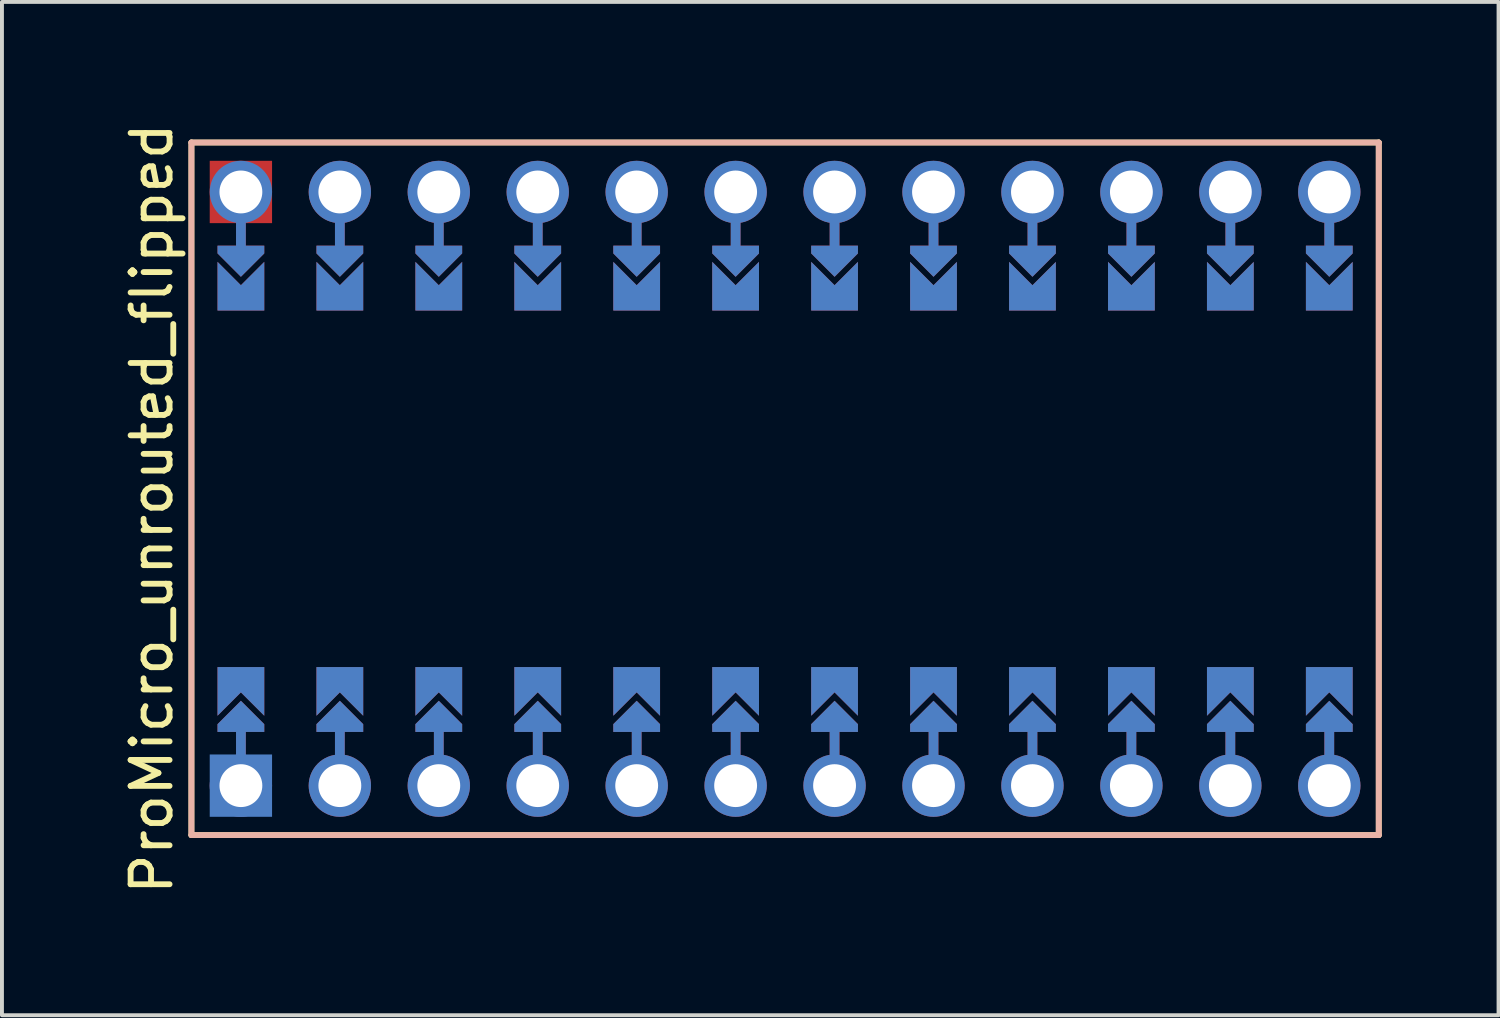
<source format=kicad_pcb>
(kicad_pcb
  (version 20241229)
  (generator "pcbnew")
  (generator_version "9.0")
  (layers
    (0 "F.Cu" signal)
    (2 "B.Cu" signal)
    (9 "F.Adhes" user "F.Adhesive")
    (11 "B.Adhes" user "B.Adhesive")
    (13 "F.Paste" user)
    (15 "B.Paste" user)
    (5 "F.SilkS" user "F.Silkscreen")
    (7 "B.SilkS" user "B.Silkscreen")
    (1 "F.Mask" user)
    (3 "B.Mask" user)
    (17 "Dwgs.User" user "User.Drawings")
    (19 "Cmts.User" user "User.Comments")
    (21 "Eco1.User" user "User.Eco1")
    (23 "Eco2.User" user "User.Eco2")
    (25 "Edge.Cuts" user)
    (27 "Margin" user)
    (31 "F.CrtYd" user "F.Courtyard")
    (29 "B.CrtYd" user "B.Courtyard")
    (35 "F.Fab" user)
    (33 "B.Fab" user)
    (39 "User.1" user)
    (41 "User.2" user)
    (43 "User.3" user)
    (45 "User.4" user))
  (footprint "ProMicro_unrouted_flipped"
    (layer "F.Cu")
    (at 17.104 9.498)
    (property "Reference" "ProMicro_unrouted_flipped" (at -16.256 0.508 90) (layer "F.SilkS") (effects (font (size 1 1) (thickness 0.15))))
    (attr through_hole)
    (fp_poly (pts (xy -14.478 -5.08) (xy -13.462 -5.08) (xy -13.462 -6.096) (xy -14.478 -6.096)) (stroke (width 0.2) (type solid)) (fill yes) (layer "F.Mask"))
    (fp_poly (pts (xy -13.462 5.08) (xy -14.478 5.08) (xy -14.478 6.096) (xy -13.462 6.096)) (stroke (width 0.2) (type solid)) (fill yes) (layer "F.Mask"))
    (fp_poly (pts (xy -11.938 -5.08) (xy -10.922 -5.08) (xy -10.922 -6.096) (xy -11.938 -6.096)) (stroke (width 0.2) (type solid)) (fill yes) (layer "F.Mask"))
    (fp_poly (pts (xy -10.922 5.08) (xy -11.938 5.08) (xy -11.938 6.096) (xy -10.922 6.096)) (stroke (width 0.2) (type solid)) (fill yes) (layer "F.Mask"))
    (fp_poly (pts (xy -9.398 -5.08) (xy -8.382 -5.08) (xy -8.382 -6.096) (xy -9.398 -6.096)) (stroke (width 0.2) (type solid)) (fill yes) (layer "F.Mask"))
    (fp_poly (pts (xy -8.382 5.08) (xy -9.398 5.08) (xy -9.398 6.096) (xy -8.382 6.096)) (stroke (width 0.2) (type solid)) (fill yes) (layer "F.Mask"))
    (fp_poly (pts (xy -6.858 -5.08) (xy -5.842 -5.08) (xy -5.842 -6.096) (xy -6.858 -6.096)) (stroke (width 0.2) (type solid)) (fill yes) (layer "F.Mask"))
    (fp_poly (pts (xy -5.842 5.08) (xy -6.858 5.08) (xy -6.858 6.096) (xy -5.842 6.096)) (stroke (width 0.2) (type solid)) (fill yes) (layer "F.Mask"))
    (fp_poly (pts (xy -4.318 -5.08) (xy -3.302 -5.08) (xy -3.302 -6.096) (xy -4.318 -6.096)) (stroke (width 0.2) (type solid)) (fill yes) (layer "F.Mask"))
    (fp_poly (pts (xy -3.302 5.08) (xy -4.318 5.08) (xy -4.318 6.096) (xy -3.302 6.096)) (stroke (width 0.2) (type solid)) (fill yes) (layer "F.Mask"))
    (fp_poly (pts (xy -1.778 -5.08) (xy -0.762 -5.08) (xy -0.762 -6.096) (xy -1.778 -6.096)) (stroke (width 0.2) (type solid)) (fill yes) (layer "F.Mask"))
    (fp_poly (pts (xy -0.762 5.08) (xy -1.778 5.08) (xy -1.778 6.096) (xy -0.762 6.096)) (stroke (width 0.2) (type solid)) (fill yes) (layer "F.Mask"))
    (fp_poly (pts (xy 0.762 -5.08) (xy 1.778 -5.08) (xy 1.778 -6.096) (xy 0.762 -6.096)) (stroke (width 0.2) (type solid)) (fill yes) (layer "F.Mask"))
    (fp_poly (pts (xy 1.778 5.08) (xy 0.762 5.08) (xy 0.762 6.096) (xy 1.778 6.096)) (stroke (width 0.2) (type solid)) (fill yes) (layer "F.Mask"))
    (fp_poly (pts (xy 3.302 -5.08) (xy 4.318 -5.08) (xy 4.318 -6.096) (xy 3.302 -6.096)) (stroke (width 0.2) (type solid)) (fill yes) (layer "F.Mask"))
    (fp_poly (pts (xy 4.318 5.08) (xy 3.302 5.08) (xy 3.302 6.096) (xy 4.318 6.096)) (stroke (width 0.2) (type solid)) (fill yes) (layer "F.Mask"))
    (fp_poly (pts (xy 5.842 -5.08) (xy 6.858 -5.08) (xy 6.858 -6.096) (xy 5.842 -6.096)) (stroke (width 0.2) (type solid)) (fill yes) (layer "F.Mask"))
    (fp_poly (pts (xy 6.858 5.08) (xy 5.842 5.08) (xy 5.842 6.096) (xy 6.858 6.096)) (stroke (width 0.2) (type solid)) (fill yes) (layer "F.Mask"))
    (fp_poly (pts (xy 8.382 -5.08) (xy 9.398 -5.08) (xy 9.398 -6.096) (xy 8.382 -6.096)) (stroke (width 0.2) (type solid)) (fill yes) (layer "F.Mask"))
    (fp_poly (pts (xy 9.398 5.08) (xy 8.382 5.08) (xy 8.382 6.096) (xy 9.398 6.096)) (stroke (width 0.2) (type solid)) (fill yes) (layer "F.Mask"))
    (fp_poly (pts (xy 10.922 -5.08) (xy 11.938 -5.08) (xy 11.938 -6.096) (xy 10.922 -6.096)) (stroke (width 0.2) (type solid)) (fill yes) (layer "F.Mask"))
    (fp_poly (pts (xy 11.938 5.08) (xy 10.922 5.08) (xy 10.922 6.096) (xy 11.938 6.096)) (stroke (width 0.2) (type solid)) (fill yes) (layer "F.Mask"))
    (fp_poly (pts (xy 13.462 -5.08) (xy 14.478 -5.08) (xy 14.478 -6.096) (xy 13.462 -6.096)) (stroke (width 0.2) (type solid)) (fill yes) (layer "F.Mask"))
    (fp_poly (pts (xy 14.478 5.08) (xy 13.462 5.08) (xy 13.462 6.096) (xy 14.478 6.096)) (stroke (width 0.2) (type solid)) (fill yes) (layer "F.Mask"))
    (fp_poly (pts (xy -14.478 -5.08) (xy -13.462 -5.08) (xy -13.462 -6.096) (xy -14.478 -6.096)) (stroke (width 0.2) (type solid)) (fill yes) (layer "B.Mask"))
    (fp_poly (pts (xy -13.462 5.08) (xy -14.478 5.08) (xy -14.478 6.096) (xy -13.462 6.096)) (stroke (width 0.2) (type solid)) (fill yes) (layer "B.Mask"))
    (fp_poly (pts (xy -11.938 -5.08) (xy -10.922 -5.08) (xy -10.922 -6.096) (xy -11.938 -6.096)) (stroke (width 0.2) (type solid)) (fill yes) (layer "B.Mask"))
    (fp_poly (pts (xy -10.922 5.08) (xy -11.938 5.08) (xy -11.938 6.096) (xy -10.922 6.096)) (stroke (width 0.2) (type solid)) (fill yes) (layer "B.Mask"))
    (fp_poly (pts (xy -9.398 -5.08) (xy -8.382 -5.08) (xy -8.382 -6.096) (xy -9.398 -6.096)) (stroke (width 0.2) (type solid)) (fill yes) (layer "B.Mask"))
    (fp_poly (pts (xy -8.382 5.08) (xy -9.398 5.08) (xy -9.398 6.096) (xy -8.382 6.096)) (stroke (width 0.2) (type solid)) (fill yes) (layer "B.Mask"))
    (fp_poly (pts (xy -6.858 -5.08) (xy -5.842 -5.08) (xy -5.842 -6.096) (xy -6.858 -6.096)) (stroke (width 0.2) (type solid)) (fill yes) (layer "B.Mask"))
    (fp_poly (pts (xy -5.842 5.08) (xy -6.858 5.08) (xy -6.858 6.096) (xy -5.842 6.096)) (stroke (width 0.2) (type solid)) (fill yes) (layer "B.Mask"))
    (fp_poly (pts (xy -4.318 -5.08) (xy -3.302 -5.08) (xy -3.302 -6.096) (xy -4.318 -6.096)) (stroke (width 0.2) (type solid)) (fill yes) (layer "B.Mask"))
    (fp_poly (pts (xy -3.302 5.08) (xy -4.318 5.08) (xy -4.318 6.096) (xy -3.302 6.096)) (stroke (width 0.2) (type solid)) (fill yes) (layer "B.Mask"))
    (fp_poly (pts (xy -1.778 -5.08) (xy -0.762 -5.08) (xy -0.762 -6.096) (xy -1.778 -6.096)) (stroke (width 0.2) (type solid)) (fill yes) (layer "B.Mask"))
    (fp_poly (pts (xy -0.762 5.08) (xy -1.778 5.08) (xy -1.778 6.096) (xy -0.762 6.096)) (stroke (width 0.2) (type solid)) (fill yes) (layer "B.Mask"))
    (fp_poly (pts (xy 0.762 -5.08) (xy 1.778 -5.08) (xy 1.778 -6.096) (xy 0.762 -6.096)) (stroke (width 0.2) (type solid)) (fill yes) (layer "B.Mask"))
    (fp_poly (pts (xy 1.778 5.08) (xy 0.762 5.08) (xy 0.762 6.096) (xy 1.778 6.096)) (stroke (width 0.2) (type solid)) (fill yes) (layer "B.Mask"))
    (fp_poly (pts (xy 3.302 -5.08) (xy 4.318 -5.08) (xy 4.318 -6.096) (xy 3.302 -6.096)) (stroke (width 0.2) (type solid)) (fill yes) (layer "B.Mask"))
    (fp_poly (pts (xy 4.318 5.08) (xy 3.302 5.08) (xy 3.302 6.096) (xy 4.318 6.096)) (stroke (width 0.2) (type solid)) (fill yes) (layer "B.Mask"))
    (fp_poly (pts (xy 5.842 -5.08) (xy 6.858 -5.08) (xy 6.858 -6.096) (xy 5.842 -6.096)) (stroke (width 0.2) (type solid)) (fill yes) (layer "B.Mask"))
    (fp_poly (pts (xy 6.858 5.08) (xy 5.842 5.08) (xy 5.842 6.096) (xy 6.858 6.096)) (stroke (width 0.2) (type solid)) (fill yes) (layer "B.Mask"))
    (fp_poly (pts (xy 8.382 -5.08) (xy 9.398 -5.08) (xy 9.398 -6.096) (xy 8.382 -6.096)) (stroke (width 0.2) (type solid)) (fill yes) (layer "B.Mask"))
    (fp_poly (pts (xy 9.398 5.08) (xy 8.382 5.08) (xy 8.382 6.096) (xy 9.398 6.096)) (stroke (width 0.2) (type solid)) (fill yes) (layer "B.Mask"))
    (fp_poly (pts (xy 10.922 -5.08) (xy 11.938 -5.08) (xy 11.938 -6.096) (xy 10.922 -6.096)) (stroke (width 0.2) (type solid)) (fill yes) (layer "B.Mask"))
    (fp_poly (pts (xy 11.938 5.08) (xy 10.922 5.08) (xy 10.922 6.096) (xy 11.938 6.096)) (stroke (width 0.2) (type solid)) (fill yes) (layer "B.Mask"))
    (fp_poly (pts (xy 13.462 -5.08) (xy 14.478 -5.08) (xy 14.478 -6.096) (xy 13.462 -6.096)) (stroke (width 0.2) (type solid)) (fill yes) (layer "B.Mask"))
    (fp_poly (pts (xy 14.478 5.08) (xy 13.462 5.08) (xy 13.462 6.096) (xy 14.478 6.096)) (stroke (width 0.2) (type solid)) (fill yes) (layer "B.Mask"))
    (fp_line (start -15.24 -8.89) (end -15.24 8.89) (stroke (width 0.15) (type solid)) (layer "F.SilkS"))
    (fp_line (start -15.24 -8.89) (end 15.24 -8.89) (stroke (width 0.15) (type solid)) (layer "F.SilkS"))
    (fp_line (start -15.24 8.89) (end 15.24 8.89) (stroke (width 0.15) (type solid)) (layer "F.SilkS"))
    (fp_line (start 15.24 8.89) (end 15.24 -8.89) (stroke (width 0.15) (type solid)) (layer "F.SilkS"))
    (fp_line (start -15.24 -8.89) (end -15.24 8.89) (stroke (width 0.15) (type solid)) (layer "B.SilkS"))
    (fp_line (start -15.24 -8.89) (end 15.24 -8.89) (stroke (width 0.15) (type solid)) (layer "B.SilkS"))
    (fp_line (start -15.24 8.89) (end 15.24 8.89) (stroke (width 0.15) (type solid)) (layer "B.SilkS"))
    (fp_line (start 15.24 8.89) (end 15.24 -8.89) (stroke (width 0.15) (type solid)) (layer "B.SilkS"))
    (pad "" thru_hole circle (at -13.97 -7.62) (size 1.6 1.6) (drill 1.1) (layers "*.Cu" "*.Paste" "*.Mask"))
    (pad "" smd rect (at -13.97 -7.62 90) (size 1.6 1.6) (layers "F.Cu" "F.Mask" "F.Paste"))
    (pad "" smd custom (at -13.97 -6.35 180) (size 0.25 1) (layers "F.Cu") (options (anchor rect)) (primitives))
    (pad "" smd custom (at -13.97 -6.35 180) (size 0.25 1) (layers "B.Cu") (options (anchor rect)) (primitives))
    (pad "" smd custom (at -13.97 -5.842 180) (size 0.1 0.1) (layers "F.Cu" "F.Mask") (options (anchor rect)) (primitives (gr_poly (pts (xy 0.6 0.4) (xy -0.6 0.4) (xy -0.6 0.2) (xy 0 -0.4) (xy 0.6 0.2)) (width 0) (fill yes))))
    (pad "" smd custom (at -13.97 -5.842 180) (size 0.1 0.1) (layers "B.Cu" "B.Mask") (options (anchor rect)) (primitives (gr_poly (pts (xy 0.6 0.4) (xy -0.6 0.4) (xy -0.6 0.2) (xy 0 -0.4) (xy 0.6 0.2)) (width 0) (fill yes))))
    (pad "" smd custom (at -13.97 5.842) (size 0.1 0.1) (layers "F.Cu" "F.Mask") (options (anchor rect)) (primitives (gr_poly (pts (xy 0.6 0.4) (xy -0.6 0.4) (xy -0.6 0.2) (xy 0 -0.4) (xy 0.6 0.2)) (width 0) (fill yes))))
    (pad "" smd custom (at -13.97 5.842) (size 0.1 0.1) (layers "B.Cu" "B.Mask") (options (anchor rect)) (primitives (gr_poly (pts (xy 0.6 0.4) (xy -0.6 0.4) (xy -0.6 0.2) (xy 0 -0.4) (xy 0.6 0.2)) (width 0) (fill yes))))
    (pad "" smd custom (at -13.97 6.35) (size 0.25 1) (layers "F.Cu") (options (anchor rect)) (primitives))
    (pad "" smd custom (at -13.97 6.35) (size 0.25 1) (layers "B.Cu") (options (anchor rect)) (primitives))
    (pad "" thru_hole circle (at -13.97 7.62) (size 1.6 1.6) (drill 1.1) (layers "*.Cu" "*.Paste" "*.Mask"))
    (pad "" smd rect (at -13.97 7.62) (size 1.6 1.6) (layers "B.Cu" "B.Mask" "B.Paste"))
    (pad "" thru_hole circle (at -11.43 -7.62) (size 1.6 1.6) (drill 1.1) (layers "*.Cu" "*.Paste" "*.Mask"))
    (pad "" smd custom (at -11.43 -6.35 180) (size 0.25 1) (layers "F.Cu") (options (anchor rect)) (primitives))
    (pad "" smd custom (at -11.43 -6.35 180) (size 0.25 1) (layers "B.Cu") (options (anchor rect)) (primitives))
    (pad "" smd custom (at -11.43 -5.842 180) (size 0.1 0.1) (layers "F.Cu" "F.Mask") (options (anchor rect)) (primitives (gr_poly (pts (xy 0.6 0.4) (xy -0.6 0.4) (xy -0.6 0.2) (xy 0 -0.4) (xy 0.6 0.2)) (width 0) (fill yes))))
    (pad "" smd custom (at -11.43 -5.842 180) (size 0.1 0.1) (layers "B.Cu" "B.Mask") (options (anchor rect)) (primitives (gr_poly (pts (xy 0.6 0.4) (xy -0.6 0.4) (xy -0.6 0.2) (xy 0 -0.4) (xy 0.6 0.2)) (width 0) (fill yes))))
    (pad "" smd custom (at -11.43 5.842) (size 0.1 0.1) (layers "F.Cu" "F.Mask") (options (anchor rect)) (primitives (gr_poly (pts (xy 0.6 0.4) (xy -0.6 0.4) (xy -0.6 0.2) (xy 0 -0.4) (xy 0.6 0.2)) (width 0) (fill yes))))
    (pad "" smd custom (at -11.43 5.842) (size 0.1 0.1) (layers "B.Cu" "B.Mask") (options (anchor rect)) (primitives (gr_poly (pts (xy 0.6 0.4) (xy -0.6 0.4) (xy -0.6 0.2) (xy 0 -0.4) (xy 0.6 0.2)) (width 0) (fill yes))))
    (pad "" smd custom (at -11.43 6.35) (size 0.25 1) (layers "F.Cu") (options (anchor rect)) (primitives))
    (pad "" smd custom (at -11.43 6.35) (size 0.25 1) (layers "B.Cu") (options (anchor rect)) (primitives))
    (pad "" thru_hole circle (at -11.43 7.62) (size 1.6 1.6) (drill 1.1) (layers "*.Cu" "*.Paste" "*.Mask"))
    (pad "" thru_hole circle (at -8.89 -7.62) (size 1.6 1.6) (drill 1.1) (layers "*.Cu" "*.Paste" "*.Mask"))
    (pad "" smd custom (at -8.89 -6.35 180) (size 0.25 1) (layers "F.Cu") (options (anchor rect)) (primitives))
    (pad "" smd custom (at -8.89 -6.35 180) (size 0.25 1) (layers "B.Cu") (options (anchor rect)) (primitives))
    (pad "" smd custom (at -8.89 -5.842 180) (size 0.1 0.1) (layers "F.Cu" "F.Mask") (options (anchor rect)) (primitives (gr_poly (pts (xy 0.6 0.4) (xy -0.6 0.4) (xy -0.6 0.2) (xy 0 -0.4) (xy 0.6 0.2)) (width 0) (fill yes))))
    (pad "" smd custom (at -8.89 -5.842 180) (size 0.1 0.1) (layers "B.Cu" "B.Mask") (options (anchor rect)) (primitives (gr_poly (pts (xy 0.6 0.4) (xy -0.6 0.4) (xy -0.6 0.2) (xy 0 -0.4) (xy 0.6 0.2)) (width 0) (fill yes))))
    (pad "" smd custom (at -8.89 5.842) (size 0.1 0.1) (layers "F.Cu" "F.Mask") (options (anchor rect)) (primitives (gr_poly (pts (xy 0.6 0.4) (xy -0.6 0.4) (xy -0.6 0.2) (xy 0 -0.4) (xy 0.6 0.2)) (width 0) (fill yes))))
    (pad "" smd custom (at -8.89 5.842) (size 0.1 0.1) (layers "B.Cu" "B.Mask") (options (anchor rect)) (primitives (gr_poly (pts (xy 0.6 0.4) (xy -0.6 0.4) (xy -0.6 0.2) (xy 0 -0.4) (xy 0.6 0.2)) (width 0) (fill yes))))
    (pad "" smd custom (at -8.89 6.35) (size 0.25 1) (layers "F.Cu") (options (anchor rect)) (primitives))
    (pad "" smd custom (at -8.89 6.35) (size 0.25 1) (layers "B.Cu") (options (anchor rect)) (primitives))
    (pad "" thru_hole circle (at -8.89 7.62) (size 1.6 1.6) (drill 1.1) (layers "*.Cu" "*.Paste" "*.Mask"))
    (pad "" thru_hole circle (at -6.35 -7.62) (size 1.6 1.6) (drill 1.1) (layers "*.Cu" "*.Paste" "*.Mask"))
    (pad "" smd custom (at -6.35 -6.35 180) (size 0.25 1) (layers "F.Cu") (options (anchor rect)) (primitives))
    (pad "" smd custom (at -6.35 -6.35 180) (size 0.25 1) (layers "B.Cu") (options (anchor rect)) (primitives))
    (pad "" smd custom (at -6.35 -5.842 180) (size 0.1 0.1) (layers "F.Cu" "F.Mask") (options (anchor rect)) (primitives (gr_poly (pts (xy 0.6 0.4) (xy -0.6 0.4) (xy -0.6 0.2) (xy 0 -0.4) (xy 0.6 0.2)) (width 0) (fill yes))))
    (pad "" smd custom (at -6.35 -5.842 180) (size 0.1 0.1) (layers "B.Cu" "B.Mask") (options (anchor rect)) (primitives (gr_poly (pts (xy 0.6 0.4) (xy -0.6 0.4) (xy -0.6 0.2) (xy 0 -0.4) (xy 0.6 0.2)) (width 0) (fill yes))))
    (pad "" smd custom (at -6.35 5.842) (size 0.1 0.1) (layers "F.Cu" "F.Mask") (options (anchor rect)) (primitives (gr_poly (pts (xy 0.6 0.4) (xy -0.6 0.4) (xy -0.6 0.2) (xy 0 -0.4) (xy 0.6 0.2)) (width 0) (fill yes))))
    (pad "" smd custom (at -6.35 5.842) (size 0.1 0.1) (layers "B.Cu" "B.Mask") (options (anchor rect)) (primitives (gr_poly (pts (xy 0.6 0.4) (xy -0.6 0.4) (xy -0.6 0.2) (xy 0 -0.4) (xy 0.6 0.2)) (width 0) (fill yes))))
    (pad "" smd custom (at -6.35 6.35) (size 0.25 1) (layers "F.Cu") (options (anchor rect)) (primitives))
    (pad "" smd custom (at -6.35 6.35) (size 0.25 1) (layers "B.Cu") (options (anchor rect)) (primitives))
    (pad "" thru_hole circle (at -6.35 7.62) (size 1.6 1.6) (drill 1.1) (layers "*.Cu" "*.Paste" "*.Mask"))
    (pad "" thru_hole circle (at -3.81 -7.62) (size 1.6 1.6) (drill 1.1) (layers "*.Cu" "*.Paste" "*.Mask"))
    (pad "" smd custom (at -3.81 -6.35 180) (size 0.25 1) (layers "F.Cu") (options (anchor rect)) (primitives))
    (pad "" smd custom (at -3.81 -6.35 180) (size 0.25 1) (layers "B.Cu") (options (anchor rect)) (primitives))
    (pad "" smd custom (at -3.81 -5.842 180) (size 0.1 0.1) (layers "F.Cu" "F.Mask") (options (anchor rect)) (primitives (gr_poly (pts (xy 0.6 0.4) (xy -0.6 0.4) (xy -0.6 0.2) (xy 0 -0.4) (xy 0.6 0.2)) (width 0) (fill yes))))
    (pad "" smd custom (at -3.81 -5.842 180) (size 0.1 0.1) (layers "B.Cu" "B.Mask") (options (anchor rect)) (primitives (gr_poly (pts (xy 0.6 0.4) (xy -0.6 0.4) (xy -0.6 0.2) (xy 0 -0.4) (xy 0.6 0.2)) (width 0) (fill yes))))
    (pad "" smd custom (at -3.81 5.842) (size 0.1 0.1) (layers "F.Cu" "F.Mask") (options (anchor rect)) (primitives (gr_poly (pts (xy 0.6 0.4) (xy -0.6 0.4) (xy -0.6 0.2) (xy 0 -0.4) (xy 0.6 0.2)) (width 0) (fill yes))))
    (pad "" smd custom (at -3.81 5.842) (size 0.1 0.1) (layers "B.Cu" "B.Mask") (options (anchor rect)) (primitives (gr_poly (pts (xy 0.6 0.4) (xy -0.6 0.4) (xy -0.6 0.2) (xy 0 -0.4) (xy 0.6 0.2)) (width 0) (fill yes))))
    (pad "" smd custom (at -3.81 6.35) (size 0.25 1) (layers "F.Cu") (options (anchor rect)) (primitives))
    (pad "" smd custom (at -3.81 6.35) (size 0.25 1) (layers "B.Cu") (options (anchor rect)) (primitives))
    (pad "" thru_hole circle (at -3.81 7.62) (size 1.6 1.6) (drill 1.1) (layers "*.Cu" "*.Paste" "*.Mask"))
    (pad "" thru_hole circle (at -1.27 -7.62) (size 1.6 1.6) (drill 1.1) (layers "*.Cu" "*.Paste" "*.Mask"))
    (pad "" smd custom (at -1.27 -6.35 180) (size 0.25 1) (layers "F.Cu") (options (anchor rect)) (primitives))
    (pad "" smd custom (at -1.27 -6.35 180) (size 0.25 1) (layers "B.Cu") (options (anchor rect)) (primitives))
    (pad "" smd custom (at -1.27 -5.842 180) (size 0.1 0.1) (layers "F.Cu" "F.Mask") (options (anchor rect)) (primitives (gr_poly (pts (xy 0.6 0.4) (xy -0.6 0.4) (xy -0.6 0.2) (xy 0 -0.4) (xy 0.6 0.2)) (width 0) (fill yes))))
    (pad "" smd custom (at -1.27 -5.842 180) (size 0.1 0.1) (layers "B.Cu" "B.Mask") (options (anchor rect)) (primitives (gr_poly (pts (xy 0.6 0.4) (xy -0.6 0.4) (xy -0.6 0.2) (xy 0 -0.4) (xy 0.6 0.2)) (width 0) (fill yes))))
    (pad "" smd custom (at -1.27 5.842) (size 0.1 0.1) (layers "F.Cu" "F.Mask") (options (anchor rect)) (primitives (gr_poly (pts (xy 0.6 0.4) (xy -0.6 0.4) (xy -0.6 0.2) (xy 0 -0.4) (xy 0.6 0.2)) (width 0) (fill yes))))
    (pad "" smd custom (at -1.27 5.842) (size 0.1 0.1) (layers "B.Cu" "B.Mask") (options (anchor rect)) (primitives (gr_poly (pts (xy 0.6 0.4) (xy -0.6 0.4) (xy -0.6 0.2) (xy 0 -0.4) (xy 0.6 0.2)) (width 0) (fill yes))))
    (pad "" smd custom (at -1.27 6.35) (size 0.25 1) (layers "F.Cu") (options (anchor rect)) (primitives))
    (pad "" smd custom (at -1.27 6.35) (size 0.25 1) (layers "B.Cu") (options (anchor rect)) (primitives))
    (pad "" thru_hole circle (at -1.27 7.62) (size 1.6 1.6) (drill 1.1) (layers "*.Cu" "*.Paste" "*.Mask"))
    (pad "" thru_hole circle (at 1.27 -7.62) (size 1.6 1.6) (drill 1.1) (layers "*.Cu" "*.Paste" "*.Mask"))
    (pad "" smd custom (at 1.27 -6.35 180) (size 0.25 1) (layers "F.Cu") (options (anchor rect)) (primitives))
    (pad "" smd custom (at 1.27 -6.35 180) (size 0.25 1) (layers "B.Cu") (options (anchor rect)) (primitives))
    (pad "" smd custom (at 1.27 -5.842 180) (size 0.1 0.1) (layers "F.Cu" "F.Mask") (options (anchor rect)) (primitives (gr_poly (pts (xy 0.6 0.4) (xy -0.6 0.4) (xy -0.6 0.2) (xy 0 -0.4) (xy 0.6 0.2)) (width 0) (fill yes))))
    (pad "" smd custom (at 1.27 -5.842 180) (size 0.1 0.1) (layers "B.Cu" "B.Mask") (options (anchor rect)) (primitives (gr_poly (pts (xy 0.6 0.4) (xy -0.6 0.4) (xy -0.6 0.2) (xy 0 -0.4) (xy 0.6 0.2)) (width 0) (fill yes))))
    (pad "" smd custom (at 1.27 5.842) (size 0.1 0.1) (layers "F.Cu" "F.Mask") (options (anchor rect)) (primitives (gr_poly (pts (xy 0.6 0.4) (xy -0.6 0.4) (xy -0.6 0.2) (xy 0 -0.4) (xy 0.6 0.2)) (width 0) (fill yes))))
    (pad "" smd custom (at 1.27 5.842) (size 0.1 0.1) (layers "B.Cu" "B.Mask") (options (anchor rect)) (primitives (gr_poly (pts (xy 0.6 0.4) (xy -0.6 0.4) (xy -0.6 0.2) (xy 0 -0.4) (xy 0.6 0.2)) (width 0) (fill yes))))
    (pad "" smd custom (at 1.27 6.35) (size 0.25 1) (layers "F.Cu") (options (anchor rect)) (primitives))
    (pad "" smd custom (at 1.27 6.35) (size 0.25 1) (layers "B.Cu") (options (anchor rect)) (primitives))
    (pad "" thru_hole circle (at 1.27 7.62) (size 1.6 1.6) (drill 1.1) (layers "*.Cu" "*.Paste" "*.Mask"))
    (pad "" thru_hole circle (at 3.81 -7.62) (size 1.6 1.6) (drill 1.1) (layers "*.Cu" "*.Paste" "*.Mask"))
    (pad "" smd custom (at 3.81 -6.35 180) (size 0.25 1) (layers "F.Cu") (options (anchor rect)) (primitives))
    (pad "" smd custom (at 3.81 -6.35 180) (size 0.25 1) (layers "B.Cu") (options (anchor rect)) (primitives))
    (pad "" smd custom (at 3.81 -5.842 180) (size 0.1 0.1) (layers "F.Cu" "F.Mask") (options (anchor rect)) (primitives (gr_poly (pts (xy 0.6 0.4) (xy -0.6 0.4) (xy -0.6 0.2) (xy 0 -0.4) (xy 0.6 0.2)) (width 0) (fill yes))))
    (pad "" smd custom (at 3.81 -5.842 180) (size 0.1 0.1) (layers "B.Cu" "B.Mask") (options (anchor rect)) (primitives (gr_poly (pts (xy 0.6 0.4) (xy -0.6 0.4) (xy -0.6 0.2) (xy 0 -0.4) (xy 0.6 0.2)) (width 0) (fill yes))))
    (pad "" smd custom (at 3.81 5.842) (size 0.1 0.1) (layers "F.Cu" "F.Mask") (options (anchor rect)) (primitives (gr_poly (pts (xy 0.6 0.4) (xy -0.6 0.4) (xy -0.6 0.2) (xy 0 -0.4) (xy 0.6 0.2)) (width 0) (fill yes))))
    (pad "" smd custom (at 3.81 5.842) (size 0.1 0.1) (layers "B.Cu" "B.Mask") (options (anchor rect)) (primitives (gr_poly (pts (xy 0.6 0.4) (xy -0.6 0.4) (xy -0.6 0.2) (xy 0 -0.4) (xy 0.6 0.2)) (width 0) (fill yes))))
    (pad "" smd custom (at 3.81 6.35) (size 0.25 1) (layers "F.Cu") (options (anchor rect)) (primitives))
    (pad "" smd custom (at 3.81 6.35) (size 0.25 1) (layers "B.Cu") (options (anchor rect)) (primitives))
    (pad "" thru_hole circle (at 3.81 7.62) (size 1.6 1.6) (drill 1.1) (layers "*.Cu" "*.Paste" "*.Mask"))
    (pad "" thru_hole circle (at 6.35 -7.62) (size 1.6 1.6) (drill 1.1) (layers "*.Cu" "*.Paste" "*.Mask"))
    (pad "" smd custom (at 6.35 -6.35 180) (size 0.25 1) (layers "F.Cu") (options (anchor rect)) (primitives))
    (pad "" smd custom (at 6.35 -6.35 180) (size 0.25 1) (layers "B.Cu") (options (anchor rect)) (primitives))
    (pad "" smd custom (at 6.35 -5.842 180) (size 0.1 0.1) (layers "F.Cu" "F.Mask") (options (anchor rect)) (primitives (gr_poly (pts (xy 0.6 0.4) (xy -0.6 0.4) (xy -0.6 0.2) (xy 0 -0.4) (xy 0.6 0.2)) (width 0) (fill yes))))
    (pad "" smd custom (at 6.35 -5.842 180) (size 0.1 0.1) (layers "B.Cu" "B.Mask") (options (anchor rect)) (primitives (gr_poly (pts (xy 0.6 0.4) (xy -0.6 0.4) (xy -0.6 0.2) (xy 0 -0.4) (xy 0.6 0.2)) (width 0) (fill yes))))
    (pad "" smd custom (at 6.35 5.842) (size 0.1 0.1) (layers "F.Cu" "F.Mask") (options (anchor rect)) (primitives (gr_poly (pts (xy 0.6 0.4) (xy -0.6 0.4) (xy -0.6 0.2) (xy 0 -0.4) (xy 0.6 0.2)) (width 0) (fill yes))))
    (pad "" smd custom (at 6.35 5.842) (size 0.1 0.1) (layers "B.Cu" "B.Mask") (options (anchor rect)) (primitives (gr_poly (pts (xy 0.6 0.4) (xy -0.6 0.4) (xy -0.6 0.2) (xy 0 -0.4) (xy 0.6 0.2)) (width 0) (fill yes))))
    (pad "" smd custom (at 6.35 6.35) (size 0.25 1) (layers "F.Cu") (options (anchor rect)) (primitives))
    (pad "" smd custom (at 6.35 6.35) (size 0.25 1) (layers "B.Cu") (options (anchor rect)) (primitives))
    (pad "" thru_hole circle (at 6.35 7.62) (size 1.6 1.6) (drill 1.1) (layers "*.Cu" "*.Paste" "*.Mask"))
    (pad "" thru_hole circle (at 8.89 -7.62) (size 1.6 1.6) (drill 1.1) (layers "*.Cu" "*.Paste" "*.Mask"))
    (pad "" smd custom (at 8.89 -6.35 180) (size 0.25 1) (layers "F.Cu") (options (anchor rect)) (primitives))
    (pad "" smd custom (at 8.89 -6.35 180) (size 0.25 1) (layers "B.Cu") (options (anchor rect)) (primitives))
    (pad "" smd custom (at 8.89 -5.842 180) (size 0.1 0.1) (layers "F.Cu" "F.Mask") (options (anchor rect)) (primitives (gr_poly (pts (xy 0.6 0.4) (xy -0.6 0.4) (xy -0.6 0.2) (xy 0 -0.4) (xy 0.6 0.2)) (width 0) (fill yes))))
    (pad "" smd custom (at 8.89 -5.842 180) (size 0.1 0.1) (layers "B.Cu" "B.Mask") (options (anchor rect)) (primitives (gr_poly (pts (xy 0.6 0.4) (xy -0.6 0.4) (xy -0.6 0.2) (xy 0 -0.4) (xy 0.6 0.2)) (width 0) (fill yes))))
    (pad "" smd custom (at 8.89 5.842) (size 0.1 0.1) (layers "F.Cu" "F.Mask") (options (anchor rect)) (primitives (gr_poly (pts (xy 0.6 0.4) (xy -0.6 0.4) (xy -0.6 0.2) (xy 0 -0.4) (xy 0.6 0.2)) (width 0) (fill yes))))
    (pad "" smd custom (at 8.89 5.842) (size 0.1 0.1) (layers "B.Cu" "B.Mask") (options (anchor rect)) (primitives (gr_poly (pts (xy 0.6 0.4) (xy -0.6 0.4) (xy -0.6 0.2) (xy 0 -0.4) (xy 0.6 0.2)) (width 0) (fill yes))))
    (pad "" smd custom (at 8.89 6.35) (size 0.25 1) (layers "F.Cu") (options (anchor rect)) (primitives))
    (pad "" smd custom (at 8.89 6.35) (size 0.25 1) (layers "B.Cu") (options (anchor rect)) (primitives))
    (pad "" thru_hole circle (at 8.89 7.62) (size 1.6 1.6) (drill 1.1) (layers "*.Cu" "*.Paste" "*.Mask"))
    (pad "" thru_hole circle (at 11.43 -7.62) (size 1.6 1.6) (drill 1.1) (layers "*.Cu" "*.Paste" "*.Mask"))
    (pad "" smd custom (at 11.43 -6.35 180) (size 0.25 1) (layers "F.Cu") (options (anchor rect)) (primitives))
    (pad "" smd custom (at 11.43 -6.35 180) (size 0.25 1) (layers "B.Cu") (options (anchor rect)) (primitives))
    (pad "" smd custom (at 11.43 -5.842 180) (size 0.1 0.1) (layers "F.Cu" "F.Mask") (options (anchor rect)) (primitives (gr_poly (pts (xy 0.6 0.4) (xy -0.6 0.4) (xy -0.6 0.2) (xy 0 -0.4) (xy 0.6 0.2)) (width 0) (fill yes))))
    (pad "" smd custom (at 11.43 -5.842 180) (size 0.1 0.1) (layers "B.Cu" "B.Mask") (options (anchor rect)) (primitives (gr_poly (pts (xy 0.6 0.4) (xy -0.6 0.4) (xy -0.6 0.2) (xy 0 -0.4) (xy 0.6 0.2)) (width 0) (fill yes))))
    (pad "" smd custom (at 11.43 5.842) (size 0.1 0.1) (layers "F.Cu" "F.Mask") (options (anchor rect)) (primitives (gr_poly (pts (xy 0.6 0.4) (xy -0.6 0.4) (xy -0.6 0.2) (xy 0 -0.4) (xy 0.6 0.2)) (width 0) (fill yes))))
    (pad "" smd custom (at 11.43 5.842) (size 0.1 0.1) (layers "B.Cu" "B.Mask") (options (anchor rect)) (primitives (gr_poly (pts (xy 0.6 0.4) (xy -0.6 0.4) (xy -0.6 0.2) (xy 0 -0.4) (xy 0.6 0.2)) (width 0) (fill yes))))
    (pad "" smd custom (at 11.43 6.35) (size 0.25 1) (layers "F.Cu") (options (anchor rect)) (primitives))
    (pad "" smd custom (at 11.43 6.35) (size 0.25 1) (layers "B.Cu") (options (anchor rect)) (primitives))
    (pad "" thru_hole circle (at 11.43 7.62) (size 1.6 1.6) (drill 1.1) (layers "*.Cu" "*.Paste" "*.Mask"))
    (pad "" thru_hole circle (at 13.97 -7.62) (size 1.6 1.6) (drill 1.1) (layers "*.Cu" "*.Paste" "*.Mask"))
    (pad "" smd custom (at 13.97 -6.35 180) (size 0.25 1) (layers "F.Cu") (options (anchor rect)) (primitives))
    (pad "" smd custom (at 13.97 -6.35 180) (size 0.25 1) (layers "B.Cu") (options (anchor rect)) (primitives))
    (pad "" smd custom (at 13.97 -5.842 180) (size 0.1 0.1) (layers "F.Cu" "F.Mask") (options (anchor rect)) (primitives (gr_poly (pts (xy 0.6 0.4) (xy -0.6 0.4) (xy -0.6 0.2) (xy 0 -0.4) (xy 0.6 0.2)) (width 0) (fill yes))))
    (pad "" smd custom (at 13.97 -5.842 180) (size 0.1 0.1) (layers "B.Cu" "B.Mask") (options (anchor rect)) (primitives (gr_poly (pts (xy 0.6 0.4) (xy -0.6 0.4) (xy -0.6 0.2) (xy 0 -0.4) (xy 0.6 0.2)) (width 0) (fill yes))))
    (pad "" smd custom (at 13.97 5.842) (size 0.1 0.1) (layers "F.Cu" "F.Mask") (options (anchor rect)) (primitives (gr_poly (pts (xy 0.6 0.4) (xy -0.6 0.4) (xy -0.6 0.2) (xy 0 -0.4) (xy 0.6 0.2)) (width 0) (fill yes))))
    (pad "" smd custom (at 13.97 5.842) (size 0.1 0.1) (layers "B.Cu" "B.Mask") (options (anchor rect)) (primitives (gr_poly (pts (xy 0.6 0.4) (xy -0.6 0.4) (xy -0.6 0.2) (xy 0 -0.4) (xy 0.6 0.2)) (width 0) (fill yes))))
    (pad "" smd custom (at 13.97 6.35) (size 0.25 1) (layers "F.Cu") (options (anchor rect)) (primitives))
    (pad "" smd custom (at 13.97 6.35) (size 0.25 1) (layers "B.Cu") (options (anchor rect)) (primitives))
    (pad "" thru_hole circle (at 13.97 7.62) (size 1.6 1.6) (drill 1.1) (layers "*.Cu" "*.Paste" "*.Mask"))
    (pad "1" smd custom (at -13.97 -4.826 180) (size 1.2 0.5) (layers "B.Cu" "B.Mask") (options (anchor rect)) (primitives (gr_poly (pts (xy 0.6 0) (xy -0.6 0) (xy -0.6 1) (xy 0 0.4) (xy 0.6 1)) (width 0) (fill yes))))
    (pad "1" smd custom (at -13.97 4.826) (size 1.2 0.5) (layers "F.Cu" "F.Mask") (options (anchor rect)) (primitives (gr_poly (pts (xy 0.6 0) (xy -0.6 0) (xy -0.6 1) (xy 0 0.4) (xy 0.6 1)) (width 0) (fill yes))))
    (pad "2" smd custom (at -11.43 -4.826 180) (size 1.2 0.5) (layers "B.Cu" "B.Mask") (options (anchor rect)) (primitives (gr_poly (pts (xy 0.6 0) (xy -0.6 0) (xy -0.6 1) (xy 0 0.4) (xy 0.6 1)) (width 0) (fill yes))))
    (pad "2" smd custom (at -11.43 4.826) (size 1.2 0.5) (layers "F.Cu" "F.Mask") (options (anchor rect)) (primitives (gr_poly (pts (xy 0.6 0) (xy -0.6 0) (xy -0.6 1) (xy 0 0.4) (xy 0.6 1)) (width 0) (fill yes))))
    (pad "3" smd custom (at -8.89 -4.826 180) (size 1.2 0.5) (layers "B.Cu" "B.Mask") (options (anchor rect)) (primitives (gr_poly (pts (xy 0.6 0) (xy -0.6 0) (xy -0.6 1) (xy 0 0.4) (xy 0.6 1)) (width 0) (fill yes))))
    (pad "3" smd custom (at -8.89 4.826) (size 1.2 0.5) (layers "F.Cu" "F.Mask") (options (anchor rect)) (primitives (gr_poly (pts (xy 0.6 0) (xy -0.6 0) (xy -0.6 1) (xy 0 0.4) (xy 0.6 1)) (width 0) (fill yes))))
    (pad "4" smd custom (at -6.35 -4.826 180) (size 1.2 0.5) (layers "B.Cu" "B.Mask") (options (anchor rect)) (primitives (gr_poly (pts (xy 0.6 0) (xy -0.6 0) (xy -0.6 1) (xy 0 0.4) (xy 0.6 1)) (width 0) (fill yes))))
    (pad "4" smd custom (at -6.35 4.826) (size 1.2 0.5) (layers "F.Cu" "F.Mask") (options (anchor rect)) (primitives (gr_poly (pts (xy 0.6 0) (xy -0.6 0) (xy -0.6 1) (xy 0 0.4) (xy 0.6 1)) (width 0) (fill yes))))
    (pad "5" smd custom (at -3.81 -4.826 180) (size 1.2 0.5) (layers "B.Cu" "B.Mask") (options (anchor rect)) (primitives (gr_poly (pts (xy 0.6 0) (xy -0.6 0) (xy -0.6 1) (xy 0 0.4) (xy 0.6 1)) (width 0) (fill yes))))
    (pad "5" smd custom (at -3.81 4.826) (size 1.2 0.5) (layers "F.Cu" "F.Mask") (options (anchor rect)) (primitives (gr_poly (pts (xy 0.6 0) (xy -0.6 0) (xy -0.6 1) (xy 0 0.4) (xy 0.6 1)) (width 0) (fill yes))))
    (pad "6" smd custom (at -1.27 -4.826 180) (size 1.2 0.5) (layers "B.Cu" "B.Mask") (options (anchor rect)) (primitives (gr_poly (pts (xy 0.6 0) (xy -0.6 0) (xy -0.6 1) (xy 0 0.4) (xy 0.6 1)) (width 0) (fill yes))))
    (pad "6" smd custom (at -1.27 4.826) (size 1.2 0.5) (layers "F.Cu" "F.Mask") (options (anchor rect)) (primitives (gr_poly (pts (xy 0.6 0) (xy -0.6 0) (xy -0.6 1) (xy 0 0.4) (xy 0.6 1)) (width 0) (fill yes))))
    (pad "7" smd custom (at 1.27 -4.826 180) (size 1.2 0.5) (layers "B.Cu" "B.Mask") (options (anchor rect)) (primitives (gr_poly (pts (xy 0.6 0) (xy -0.6 0) (xy -0.6 1) (xy 0 0.4) (xy 0.6 1)) (width 0) (fill yes))))
    (pad "7" smd custom (at 1.27 4.826) (size 1.2 0.5) (layers "F.Cu" "F.Mask") (options (anchor rect)) (primitives (gr_poly (pts (xy 0.6 0) (xy -0.6 0) (xy -0.6 1) (xy 0 0.4) (xy 0.6 1)) (width 0) (fill yes))))
    (pad "8" smd custom (at 3.81 -4.826 180) (size 1.2 0.5) (layers "B.Cu" "B.Mask") (options (anchor rect)) (primitives (gr_poly (pts (xy 0.6 0) (xy -0.6 0) (xy -0.6 1) (xy 0 0.4) (xy 0.6 1)) (width 0) (fill yes))))
    (pad "8" smd custom (at 3.81 4.826) (size 1.2 0.5) (layers "F.Cu" "F.Mask") (options (anchor rect)) (primitives (gr_poly (pts (xy 0.6 0) (xy -0.6 0) (xy -0.6 1) (xy 0 0.4) (xy 0.6 1)) (width 0) (fill yes))))
    (pad "9" smd custom (at 6.35 -4.826 180) (size 1.2 0.5) (layers "B.Cu" "B.Mask") (options (anchor rect)) (primitives (gr_poly (pts (xy 0.6 0) (xy -0.6 0) (xy -0.6 1) (xy 0 0.4) (xy 0.6 1)) (width 0) (fill yes))))
    (pad "9" smd custom (at 6.35 4.826) (size 1.2 0.5) (layers "F.Cu" "F.Mask") (options (anchor rect)) (primitives (gr_poly (pts (xy 0.6 0) (xy -0.6 0) (xy -0.6 1) (xy 0 0.4) (xy 0.6 1)) (width 0) (fill yes))))
    (pad "10" smd custom (at 8.89 -4.826 180) (size 1.2 0.5) (layers "B.Cu" "B.Mask") (options (anchor rect)) (primitives (gr_poly (pts (xy 0.6 0) (xy -0.6 0) (xy -0.6 1) (xy 0 0.4) (xy 0.6 1)) (width 0) (fill yes))))
    (pad "10" smd custom (at 8.89 4.826) (size 1.2 0.5) (layers "F.Cu" "F.Mask") (options (anchor rect)) (primitives (gr_poly (pts (xy 0.6 0) (xy -0.6 0) (xy -0.6 1) (xy 0 0.4) (xy 0.6 1)) (width 0) (fill yes))))
    (pad "11" smd custom (at 11.43 -4.826 180) (size 1.2 0.5) (layers "B.Cu" "B.Mask") (options (anchor rect)) (primitives (gr_poly (pts (xy 0.6 0) (xy -0.6 0) (xy -0.6 1) (xy 0 0.4) (xy 0.6 1)) (width 0) (fill yes))))
    (pad "11" smd custom (at 11.43 4.826) (size 1.2 0.5) (layers "F.Cu" "F.Mask") (options (anchor rect)) (primitives (gr_poly (pts (xy 0.6 0) (xy -0.6 0) (xy -0.6 1) (xy 0 0.4) (xy 0.6 1)) (width 0) (fill yes))))
    (pad "12" smd custom (at 13.97 -4.826 180) (size 1.2 0.5) (layers "B.Cu" "B.Mask") (options (anchor rect)) (primitives (gr_poly (pts (xy 0.6 0) (xy -0.6 0) (xy -0.6 1) (xy 0 0.4) (xy 0.6 1)) (width 0) (fill yes))))
    (pad "12" smd custom (at 13.97 4.826) (size 1.2 0.5) (layers "F.Cu" "F.Mask") (options (anchor rect)) (primitives (gr_poly (pts (xy 0.6 0) (xy -0.6 0) (xy -0.6 1) (xy 0 0.4) (xy 0.6 1)) (width 0) (fill yes))))
    (pad "13" smd custom (at 13.97 -4.826 180) (size 1.2 0.5) (layers "F.Cu" "F.Mask") (options (anchor rect)) (primitives (gr_poly (pts (xy 0.6 0) (xy -0.6 0) (xy -0.6 1) (xy 0 0.4) (xy 0.6 1)) (width 0) (fill yes))))
    (pad "13" smd custom (at 13.97 4.826) (size 1.2 0.5) (layers "B.Cu" "B.Mask") (options (anchor rect)) (primitives (gr_poly (pts (xy 0.6 0) (xy -0.6 0) (xy -0.6 1) (xy 0 0.4) (xy 0.6 1)) (width 0) (fill yes))))
    (pad "14" smd custom (at 11.43 -4.826 180) (size 1.2 0.5) (layers "F.Cu" "F.Mask") (options (anchor rect)) (primitives (gr_poly (pts (xy 0.6 0) (xy -0.6 0) (xy -0.6 1) (xy 0 0.4) (xy 0.6 1)) (width 0) (fill yes))))
    (pad "14" smd custom (at 11.43 4.826) (size 1.2 0.5) (layers "B.Cu" "B.Mask") (options (anchor rect)) (primitives (gr_poly (pts (xy 0.6 0) (xy -0.6 0) (xy -0.6 1) (xy 0 0.4) (xy 0.6 1)) (width 0) (fill yes))))
    (pad "15" smd custom (at 8.89 -4.826 180) (size 1.2 0.5) (layers "F.Cu" "F.Mask") (options (anchor rect)) (primitives (gr_poly (pts (xy 0.6 0) (xy -0.6 0) (xy -0.6 1) (xy 0 0.4) (xy 0.6 1)) (width 0) (fill yes))))
    (pad "15" smd custom (at 8.89 4.826) (size 1.2 0.5) (layers "B.Cu" "B.Mask") (options (anchor rect)) (primitives (gr_poly (pts (xy 0.6 0) (xy -0.6 0) (xy -0.6 1) (xy 0 0.4) (xy 0.6 1)) (width 0) (fill yes))))
    (pad "16" smd custom (at 6.35 -4.826 180) (size 1.2 0.5) (layers "F.Cu" "F.Mask") (options (anchor rect)) (primitives (gr_poly (pts (xy 0.6 0) (xy -0.6 0) (xy -0.6 1) (xy 0 0.4) (xy 0.6 1)) (width 0) (fill yes))))
    (pad "16" smd custom (at 6.35 4.826) (size 1.2 0.5) (layers "B.Cu" "B.Mask") (options (anchor rect)) (primitives (gr_poly (pts (xy 0.6 0) (xy -0.6 0) (xy -0.6 1) (xy 0 0.4) (xy 0.6 1)) (width 0) (fill yes))))
    (pad "17" smd custom (at 3.81 -4.826 180) (size 1.2 0.5) (layers "F.Cu" "F.Mask") (options (anchor rect)) (primitives (gr_poly (pts (xy 0.6 0) (xy -0.6 0) (xy -0.6 1) (xy 0 0.4) (xy 0.6 1)) (width 0) (fill yes))))
    (pad "17" smd custom (at 3.81 4.826) (size 1.2 0.5) (layers "B.Cu" "B.Mask") (options (anchor rect)) (primitives (gr_poly (pts (xy 0.6 0) (xy -0.6 0) (xy -0.6 1) (xy 0 0.4) (xy 0.6 1)) (width 0) (fill yes))))
    (pad "18" smd custom (at 1.27 -4.826 180) (size 1.2 0.5) (layers "F.Cu" "F.Mask") (options (anchor rect)) (primitives (gr_poly (pts (xy 0.6 0) (xy -0.6 0) (xy -0.6 1) (xy 0 0.4) (xy 0.6 1)) (width 0) (fill yes))))
    (pad "18" smd custom (at 1.27 4.826) (size 1.2 0.5) (layers "B.Cu" "B.Mask") (options (anchor rect)) (primitives (gr_poly (pts (xy 0.6 0) (xy -0.6 0) (xy -0.6 1) (xy 0 0.4) (xy 0.6 1)) (width 0) (fill yes))))
    (pad "19" smd custom (at -1.27 -4.826 180) (size 1.2 0.5) (layers "F.Cu" "F.Mask") (options (anchor rect)) (primitives (gr_poly (pts (xy 0.6 0) (xy -0.6 0) (xy -0.6 1) (xy 0 0.4) (xy 0.6 1)) (width 0) (fill yes))))
    (pad "19" smd custom (at -1.27 4.826) (size 1.2 0.5) (layers "B.Cu" "B.Mask") (options (anchor rect)) (primitives (gr_poly (pts (xy 0.6 0) (xy -0.6 0) (xy -0.6 1) (xy 0 0.4) (xy 0.6 1)) (width 0) (fill yes))))
    (pad "20" smd custom (at -3.81 -4.826 180) (size 1.2 0.5) (layers "F.Cu" "F.Mask") (options (anchor rect)) (primitives (gr_poly (pts (xy 0.6 0) (xy -0.6 0) (xy -0.6 1) (xy 0 0.4) (xy 0.6 1)) (width 0) (fill yes))))
    (pad "20" smd custom (at -3.81 4.826) (size 1.2 0.5) (layers "B.Cu" "B.Mask") (options (anchor rect)) (primitives (gr_poly (pts (xy 0.6 0) (xy -0.6 0) (xy -0.6 1) (xy 0 0.4) (xy 0.6 1)) (width 0) (fill yes))))
    (pad "21" smd custom (at -6.35 -4.826 180) (size 1.2 0.5) (layers "F.Cu" "F.Mask") (options (anchor rect)) (primitives (gr_poly (pts (xy 0.6 0) (xy -0.6 0) (xy -0.6 1) (xy 0 0.4) (xy 0.6 1)) (width 0) (fill yes))))
    (pad "21" smd custom (at -6.35 4.826) (size 1.2 0.5) (layers "B.Cu" "B.Mask") (options (anchor rect)) (primitives (gr_poly (pts (xy 0.6 0) (xy -0.6 0) (xy -0.6 1) (xy 0 0.4) (xy 0.6 1)) (width 0) (fill yes))))
    (pad "22" smd custom (at -8.89 -4.826 180) (size 1.2 0.5) (layers "F.Cu" "F.Mask") (options (anchor rect)) (primitives (gr_poly (pts (xy 0.6 0) (xy -0.6 0) (xy -0.6 1) (xy 0 0.4) (xy 0.6 1)) (width 0) (fill yes))))
    (pad "22" smd custom (at -8.89 4.826) (size 1.2 0.5) (layers "B.Cu" "B.Mask") (options (anchor rect)) (primitives (gr_poly (pts (xy 0.6 0) (xy -0.6 0) (xy -0.6 1) (xy 0 0.4) (xy 0.6 1)) (width 0) (fill yes))))
    (pad "23" smd custom (at -11.43 -4.826 180) (size 1.2 0.5) (layers "F.Cu" "F.Mask") (options (anchor rect)) (primitives (gr_poly (pts (xy 0.6 0) (xy -0.6 0) (xy -0.6 1) (xy 0 0.4) (xy 0.6 1)) (width 0) (fill yes))))
    (pad "23" smd custom (at -11.43 4.826) (size 1.2 0.5) (layers "B.Cu" "B.Mask") (options (anchor rect)) (primitives (gr_poly (pts (xy 0.6 0) (xy -0.6 0) (xy -0.6 1) (xy 0 0.4) (xy 0.6 1)) (width 0) (fill yes))))
    (pad "24" smd custom (at -13.97 -4.826 180) (size 1.2 0.5) (layers "F.Cu" "F.Mask") (options (anchor rect)) (primitives (gr_poly (pts (xy 0.6 0) (xy -0.6 0) (xy -0.6 1) (xy 0 0.4) (xy 0.6 1)) (width 0) (fill yes))))
    (pad "24" smd custom (at -13.97 4.826) (size 1.2 0.5) (layers "B.Cu" "B.Mask") (options (anchor rect)) (primitives (gr_poly (pts (xy 0.6 0) (xy -0.6 0) (xy -0.6 1) (xy 0 0.4) (xy 0.6 1)) (width 0) (fill yes)))))
  (gr_rect
    (start -3 -3)
    (end 35.419 23.012)
    (stroke (width 0.1) (type default))
    (fill no)
    (layer "Edge.Cuts")))
</source>
